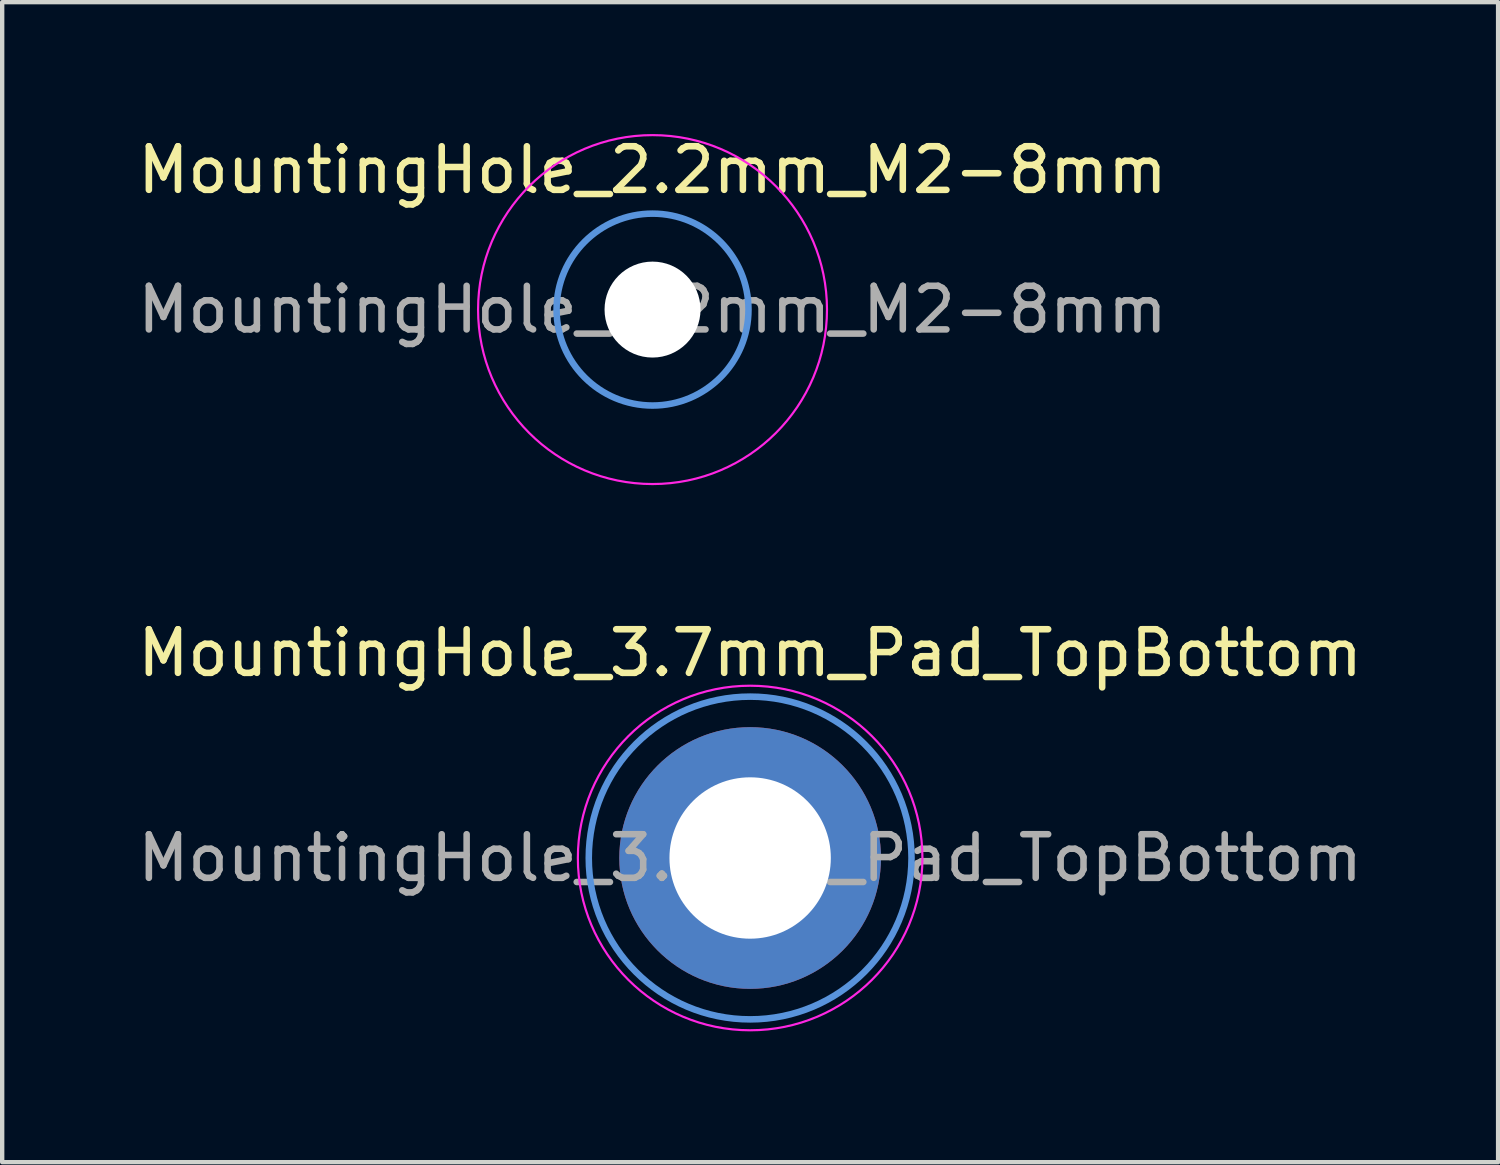
<source format=kicad_pcb>
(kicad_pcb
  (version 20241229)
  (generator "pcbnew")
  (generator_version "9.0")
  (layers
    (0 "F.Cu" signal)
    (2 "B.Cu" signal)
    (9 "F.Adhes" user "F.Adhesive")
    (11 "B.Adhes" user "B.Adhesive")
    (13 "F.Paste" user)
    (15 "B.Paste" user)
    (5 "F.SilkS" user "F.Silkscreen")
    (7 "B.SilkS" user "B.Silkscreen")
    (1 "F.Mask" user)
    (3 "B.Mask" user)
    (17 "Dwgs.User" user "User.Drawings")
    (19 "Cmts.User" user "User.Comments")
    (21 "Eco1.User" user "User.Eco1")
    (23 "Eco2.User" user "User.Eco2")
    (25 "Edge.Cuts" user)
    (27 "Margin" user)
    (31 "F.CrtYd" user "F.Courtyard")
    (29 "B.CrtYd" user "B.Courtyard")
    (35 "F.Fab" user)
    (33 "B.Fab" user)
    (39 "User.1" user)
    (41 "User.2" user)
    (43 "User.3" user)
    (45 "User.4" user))
  (footprint "MountingHole_2.2mm_M2-8mm"
    (layer "F.Cu")
    (at 11.911 4.048)
    (property "Reference" "MountingHole_2.2mm_M2-8mm" (at 0 -3.2 0) (layer "F.SilkS") (effects (font (size 1 1) (thickness 0.15))))
    (attr exclude_from_pos_files)
    (fp_circle (center 0 0) (end 2.2 0) (stroke (width 0.15) (type solid)) (fill no) (layer "Cmts.User"))
    (fp_circle (center 0 0) (end 4 0) (stroke (width 0.05) (type solid)) (fill no) (layer "F.CrtYd"))
    (fp_text user "${REFERENCE}" (at 0 0 0) (layer "F.Fab") (effects (font (size 1 1) (thickness 0.15))))
    (pad "" np_thru_hole circle (at 0 0) (size 2.2 2.2) (drill 2.2) (layers "*.Cu" "*.Mask")))
  (footprint "MountingHole_3.7mm_Pad_TopBottom"
    (layer "F.Cu")
    (at 14.149 16.622)
    (property "Reference" "MountingHole_3.7mm_Pad_TopBottom" (at 0 -4.7 0) (layer "F.SilkS") (effects (font (size 1 1) (thickness 0.15))))
    (attr exclude_from_pos_files)
    (fp_circle (center 0 0) (end 3.7 0) (stroke (width 0.15) (type solid)) (fill no) (layer "Cmts.User"))
    (fp_circle (center 0 0) (end 3.95 0) (stroke (width 0.05) (type solid)) (fill no) (layer "F.CrtYd"))
    (fp_text user "${REFERENCE}" (at 0 0 0) (layer "F.Fab") (effects (font (size 1 1) (thickness 0.15))))
    (pad "1" thru_hole circle (at 0 0) (size 4.1 4.1) (drill 3.7) (layers "*.Cu" "*.Mask"))
    (pad "1" connect circle (at 0 0) (size 6 6) (layers "F.Cu" "F.Mask"))
    (pad "1" connect circle (at 0 0) (size 6 6) (layers "B.Cu" "B.Mask")))
  (gr_rect
    (start -3 -3)
    (end 31.298 23.596)
    (stroke (width 0.1) (type default))
    (fill no)
    (layer "Edge.Cuts")))
</source>
